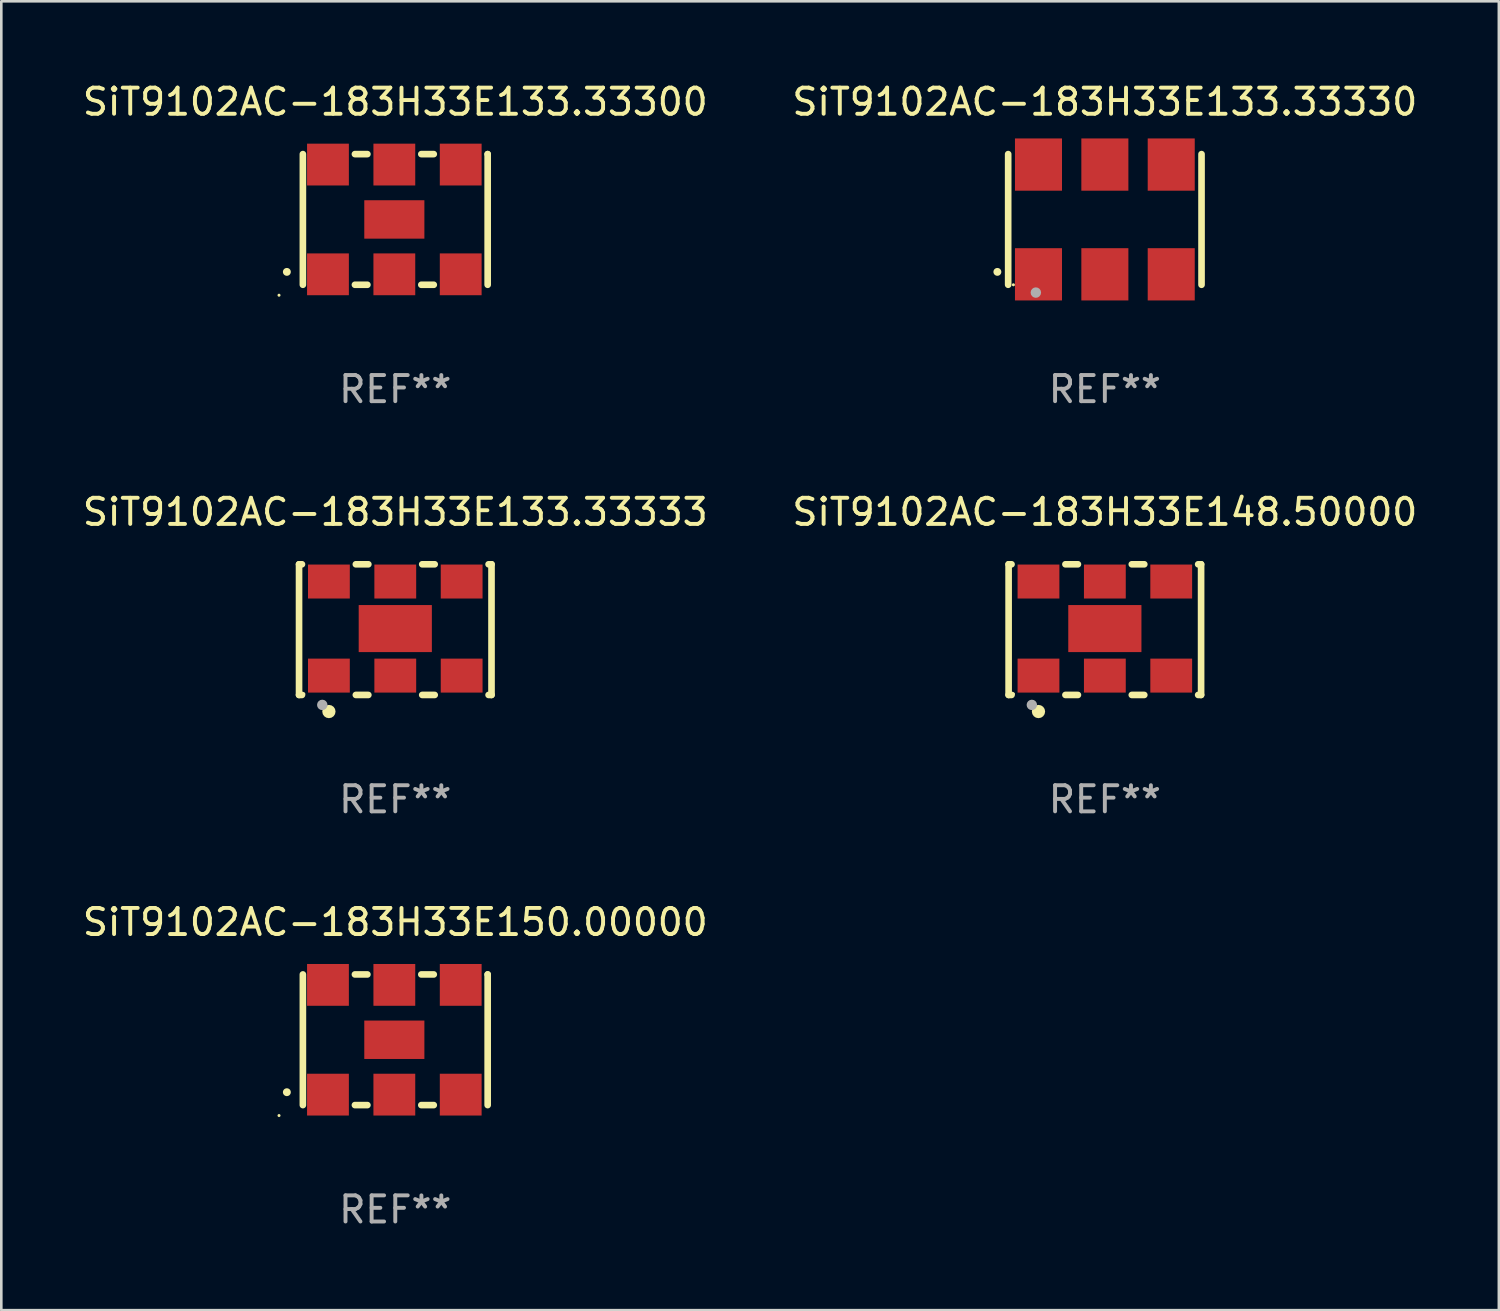
<source format=kicad_pcb>
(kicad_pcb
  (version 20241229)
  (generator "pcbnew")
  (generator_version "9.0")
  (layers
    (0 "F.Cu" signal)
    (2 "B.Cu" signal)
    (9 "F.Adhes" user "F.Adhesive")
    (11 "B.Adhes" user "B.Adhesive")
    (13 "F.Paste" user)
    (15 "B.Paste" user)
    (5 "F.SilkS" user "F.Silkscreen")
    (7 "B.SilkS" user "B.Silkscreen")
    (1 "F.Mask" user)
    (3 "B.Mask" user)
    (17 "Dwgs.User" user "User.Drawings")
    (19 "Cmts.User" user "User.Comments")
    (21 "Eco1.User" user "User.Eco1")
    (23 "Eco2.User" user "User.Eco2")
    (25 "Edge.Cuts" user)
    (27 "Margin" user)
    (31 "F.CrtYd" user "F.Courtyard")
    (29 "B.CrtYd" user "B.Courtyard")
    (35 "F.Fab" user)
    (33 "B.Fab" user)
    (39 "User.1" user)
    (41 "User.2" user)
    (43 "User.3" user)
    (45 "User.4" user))
  (footprint "SiT9102AC-183H33E148.50000"
    (layer "F.Cu")
    (at 39.232 21.045)
    (property "Reference" "SiT9102AC-183H33E148.50000" (at 0 -4.5 0) (layer "F.SilkS") (effects (font (size 1 1) (thickness 0.15))))
    (attr through_hole)
    (fp_line (start -3.683 -2.5) (end -3.571 -2.5) (stroke (width 0.254) (type solid)) (layer "F.SilkS"))
    (fp_line (start -3.683 2.5) (end -3.683 -2.5) (stroke (width 0.254) (type solid)) (layer "F.SilkS"))
    (fp_line (start -3.683 2.5) (end -3.571 2.5) (stroke (width 0.254) (type solid)) (layer "F.SilkS"))
    (fp_line (start -1.509 -2.5) (end -1.031 -2.5) (stroke (width 0.254) (type solid)) (layer "F.SilkS"))
    (fp_line (start -1.509 2.5) (end -1.031 2.5) (stroke (width 0.254) (type solid)) (layer "F.SilkS"))
    (fp_line (start 1.031 -2.5) (end 1.509 -2.5) (stroke (width 0.254) (type solid)) (layer "F.SilkS"))
    (fp_line (start 1.031 2.5) (end 1.509 2.5) (stroke (width 0.254) (type solid)) (layer "F.SilkS"))
    (fp_line (start 3.571 -2.5) (end 3.683 -2.5) (stroke (width 0.254) (type solid)) (layer "F.SilkS"))
    (fp_line (start 3.571 2.5) (end 3.683 2.5) (stroke (width 0.254) (type solid)) (layer "F.SilkS"))
    (fp_line (start 3.683 2.5) (end 3.683 -2.5) (stroke (width 0.254) (type solid)) (layer "F.SilkS"))
    (fp_circle (center -3.5 2.46) (end -3.47 2.46) (stroke (width 0.06) (type solid)) (fill no) (layer "F.SilkS"))
    (fp_circle (center -2.54 3.135) (end -2.413 3.135) (stroke (width 0.254) (type solid)) (fill no) (layer "F.SilkS"))
    (fp_circle (center -2.794 2.881) (end -2.694 2.881) (stroke (width 0.2) (type solid)) (fill no) (layer "F.Fab"))
    (fp_text user "REF**" (at 0 6.5 0) (layer "F.Fab") (effects (font (size 1 1) (thickness 0.15))))
    (pad "1" smd rect (at -2.54 1.76) (size 1.6 1.3) (layers "F.Cu" "F.Mask" "F.Paste"))
    (pad "2" smd rect (at 0 1.76) (size 1.6 1.3) (layers "F.Cu" "F.Mask" "F.Paste"))
    (pad "3" smd rect (at 2.54 1.76) (size 1.6 1.3) (layers "F.Cu" "F.Mask" "F.Paste"))
    (pad "4" smd rect (at 2.54 -1.84) (size 1.6 1.3) (layers "F.Cu" "F.Mask" "F.Paste"))
    (pad "5" smd rect (at 0 -1.84) (size 1.6 1.3) (layers "F.Cu" "F.Mask" "F.Paste"))
    (pad "6" smd rect (at -2.54 -1.84) (size 1.6 1.3) (layers "F.Cu" "F.Mask" "F.Paste"))
    (pad "7" smd rect (at 0 -0.04) (size 2.8 1.8) (layers "F.Cu" "F.Mask" "F.Paste")))
  (footprint "SiT9102AC-183H33E133.33300"
    (layer "F.Cu")
    (at 12.077 5.348)
    (property "Reference" "SiT9102AC-183H33E133.33300" (at 0 -4.5 0) (layer "F.SilkS") (effects (font (size 1 1) (thickness 0.15))))
    (attr through_hole)
    (fp_line (start -3.536 -2.5) (end -3.536 2.5) (stroke (width 0.254) (type solid)) (layer "F.SilkS"))
    (fp_line (start -1.544 2.5) (end -1.067 2.5) (stroke (width 0.254) (type solid)) (layer "F.SilkS"))
    (fp_line (start -1.067 -2.5) (end -1.544 -2.5) (stroke (width 0.254) (type solid)) (layer "F.SilkS"))
    (fp_line (start 0.996 2.5) (end 1.473 2.5) (stroke (width 0.254) (type solid)) (layer "F.SilkS"))
    (fp_line (start 1.473 -2.5) (end 0.996 -2.5) (stroke (width 0.254) (type solid)) (layer "F.SilkS"))
    (fp_line (start 3.536 -2.5) (end 3.536 -2.5) (stroke (width 0.254) (type solid)) (layer "F.SilkS"))
    (fp_line (start 3.536 2.5) (end 3.536 -2.5) (stroke (width 0.254) (type solid)) (layer "F.SilkS"))
    (fp_arc (start -4.150432 2.006604) (mid -4.149162 2.006599) (end -4.147892 2.006604) (stroke (width 0.3) (type solid)) (layer "F.SilkS"))
    (fp_circle (center -4.449 2.9) (end -4.419 2.9) (stroke (width 0.06) (type solid)) (fill no) (layer "F.SilkS"))
    (fp_text user "REF**" (at 0 6.5 0) (layer "F.Fab") (effects (font (size 1 1) (thickness 0.15))))
    (pad "1" smd rect (at -2.576 2.1) (size 1.6 1.6) (layers "F.Cu" "F.Mask" "F.Paste"))
    (pad "2" smd rect (at -0.036 2.1) (size 1.6 1.6) (layers "F.Cu" "F.Mask" "F.Paste"))
    (pad "3" smd rect (at 2.504 2.1) (size 1.6 1.6) (layers "F.Cu" "F.Mask" "F.Paste"))
    (pad "4" smd rect (at 2.504 -2.1) (size 1.6 1.6) (layers "F.Cu" "F.Mask" "F.Paste"))
    (pad "5" smd rect (at -0.036 -2.1) (size 1.6 1.6) (layers "F.Cu" "F.Mask" "F.Paste"))
    (pad "6" smd rect (at -2.576 -2.1) (size 1.6 1.6) (layers "F.Cu" "F.Mask" "F.Paste"))
    (pad "7" smd rect (at -0.036 0) (size 2.3 1.47) (layers "F.Cu" "F.Mask" "F.Paste")))
  (footprint "SiT9102AC-183H33E150.00000"
    (layer "F.Cu")
    (at 12.077 36.741)
    (property "Reference" "SiT9102AC-183H33E150.00000" (at 0 -4.5 0) (layer "F.SilkS") (effects (font (size 1 1) (thickness 0.15))))
    (attr through_hole)
    (fp_line (start -3.536 -2.5) (end -3.536 2.5) (stroke (width 0.254) (type solid)) (layer "F.SilkS"))
    (fp_line (start -1.544 2.5) (end -1.067 2.5) (stroke (width 0.254) (type solid)) (layer "F.SilkS"))
    (fp_line (start -1.067 -2.5) (end -1.544 -2.5) (stroke (width 0.254) (type solid)) (layer "F.SilkS"))
    (fp_line (start 0.996 2.5) (end 1.473 2.5) (stroke (width 0.254) (type solid)) (layer "F.SilkS"))
    (fp_line (start 1.473 -2.5) (end 0.996 -2.5) (stroke (width 0.254) (type solid)) (layer "F.SilkS"))
    (fp_line (start 3.536 -2.5) (end 3.536 -2.5) (stroke (width 0.254) (type solid)) (layer "F.SilkS"))
    (fp_line (start 3.536 2.5) (end 3.536 -2.5) (stroke (width 0.254) (type solid)) (layer "F.SilkS"))
    (fp_arc (start -4.150432 2.006604) (mid -4.149162 2.006599) (end -4.147892 2.006604) (stroke (width 0.3) (type solid)) (layer "F.SilkS"))
    (fp_circle (center -4.449 2.9) (end -4.419 2.9) (stroke (width 0.06) (type solid)) (fill no) (layer "F.SilkS"))
    (fp_text user "REF**" (at 0 6.5 0) (layer "F.Fab") (effects (font (size 1 1) (thickness 0.15))))
    (pad "1" smd rect (at -2.576 2.1) (size 1.6 1.6) (layers "F.Cu" "F.Mask" "F.Paste"))
    (pad "2" smd rect (at -0.036 2.1) (size 1.6 1.6) (layers "F.Cu" "F.Mask" "F.Paste"))
    (pad "3" smd rect (at 2.504 2.1) (size 1.6 1.6) (layers "F.Cu" "F.Mask" "F.Paste"))
    (pad "4" smd rect (at 2.504 -2.1) (size 1.6 1.6) (layers "F.Cu" "F.Mask" "F.Paste"))
    (pad "5" smd rect (at -0.036 -2.1) (size 1.6 1.6) (layers "F.Cu" "F.Mask" "F.Paste"))
    (pad "6" smd rect (at -2.576 -2.1) (size 1.6 1.6) (layers "F.Cu" "F.Mask" "F.Paste"))
    (pad "7" smd rect (at -0.036 0) (size 2.3 1.47) (layers "F.Cu" "F.Mask" "F.Paste")))
  (footprint "SiT9102AC-183H33E133.33330"
    (layer "F.Cu")
    (at 39.232 5.348)
    (property "Reference" "SiT9102AC-183H33E133.33330" (at 0 -4.5 0) (layer "F.SilkS") (effects (font (size 1 1) (thickness 0.15))))
    (attr through_hole)
    (fp_line (start -3.7 -2.5) (end -3.7 2.5) (stroke (width 0.254) (type solid)) (layer "F.SilkS"))
    (fp_line (start 3.7 -2.5) (end 3.7 2.5) (stroke (width 0.254) (type solid)) (layer "F.SilkS"))
    (fp_arc (start -4.114415 2.006604) (mid -4.113145 2.006599) (end -4.111875 2.006604) (stroke (width 0.3) (type solid)) (layer "F.SilkS"))
    (fp_circle (center -3.5 2.501) (end -3.47 2.501) (stroke (width 0.06) (type solid)) (fill no) (layer "F.SilkS"))
    (fp_circle (center -2.641 2.799) (end -2.541 2.799) (stroke (width 0.2) (type solid)) (fill no) (layer "F.Fab"))
    (fp_text user "REF**" (at 0 6.5 0) (layer "F.Fab") (effects (font (size 1 1) (thickness 0.15))))
    (pad "1" smd rect (at -2.54 2.1) (size 1.8 2) (layers "F.Cu" "F.Mask" "F.Paste"))
    (pad "2" smd rect (at 0.000394 2.1) (size 1.8 2) (layers "F.Cu" "F.Mask" "F.Paste"))
    (pad "3" smd rect (at 2.54 2.1) (size 1.8 2) (layers "F.Cu" "F.Mask" "F.Paste"))
    (pad "4" smd rect (at 2.54 -2.1) (size 1.8 2) (layers "F.Cu" "F.Mask" "F.Paste"))
    (pad "5" smd rect (at 0.000394 -2.1) (size 1.8 2) (layers "F.Cu" "F.Mask" "F.Paste"))
    (pad "6" smd rect (at -2.54 -2.1) (size 1.8 2) (layers "F.Cu" "F.Mask" "F.Paste")))
  (footprint "SiT9102AC-183H33E133.33333"
    (layer "F.Cu")
    (at 12.077 21.045)
    (property "Reference" "SiT9102AC-183H33E133.33333" (at 0 -4.5 0) (layer "F.SilkS") (effects (font (size 1 1) (thickness 0.15))))
    (attr through_hole)
    (fp_line (start -3.683 -2.5) (end -3.571 -2.5) (stroke (width 0.254) (type solid)) (layer "F.SilkS"))
    (fp_line (start -3.683 2.5) (end -3.683 -2.5) (stroke (width 0.254) (type solid)) (layer "F.SilkS"))
    (fp_line (start -3.683 2.5) (end -3.571 2.5) (stroke (width 0.254) (type solid)) (layer "F.SilkS"))
    (fp_line (start -1.509 -2.5) (end -1.031 -2.5) (stroke (width 0.254) (type solid)) (layer "F.SilkS"))
    (fp_line (start -1.509 2.5) (end -1.031 2.5) (stroke (width 0.254) (type solid)) (layer "F.SilkS"))
    (fp_line (start 1.031 -2.5) (end 1.509 -2.5) (stroke (width 0.254) (type solid)) (layer "F.SilkS"))
    (fp_line (start 1.031 2.5) (end 1.509 2.5) (stroke (width 0.254) (type solid)) (layer "F.SilkS"))
    (fp_line (start 3.571 -2.5) (end 3.683 -2.5) (stroke (width 0.254) (type solid)) (layer "F.SilkS"))
    (fp_line (start 3.571 2.5) (end 3.683 2.5) (stroke (width 0.254) (type solid)) (layer "F.SilkS"))
    (fp_line (start 3.683 2.5) (end 3.683 -2.5) (stroke (width 0.254) (type solid)) (layer "F.SilkS"))
    (fp_circle (center -3.5 2.46) (end -3.47 2.46) (stroke (width 0.06) (type solid)) (fill no) (layer "F.SilkS"))
    (fp_circle (center -2.54 3.135) (end -2.413 3.135) (stroke (width 0.254) (type solid)) (fill no) (layer "F.SilkS"))
    (fp_circle (center -2.794 2.881) (end -2.694 2.881) (stroke (width 0.2) (type solid)) (fill no) (layer "F.Fab"))
    (fp_text user "REF**" (at 0 6.5 0) (layer "F.Fab") (effects (font (size 1 1) (thickness 0.15))))
    (pad "1" smd rect (at -2.54 1.76) (size 1.6 1.3) (layers "F.Cu" "F.Mask" "F.Paste"))
    (pad "2" smd rect (at 0 1.76) (size 1.6 1.3) (layers "F.Cu" "F.Mask" "F.Paste"))
    (pad "3" smd rect (at 2.54 1.76) (size 1.6 1.3) (layers "F.Cu" "F.Mask" "F.Paste"))
    (pad "4" smd rect (at 2.54 -1.84) (size 1.6 1.3) (layers "F.Cu" "F.Mask" "F.Paste"))
    (pad "5" smd rect (at 0 -1.84) (size 1.6 1.3) (layers "F.Cu" "F.Mask" "F.Paste"))
    (pad "6" smd rect (at -2.54 -1.84) (size 1.6 1.3) (layers "F.Cu" "F.Mask" "F.Paste"))
    (pad "7" smd rect (at 0 -0.04) (size 2.8 1.8) (layers "F.Cu" "F.Mask" "F.Paste")))
  (gr_rect
    (start -3 -3)
    (end 54.31 47.09)
    (stroke (width 0.1) (type default))
    (fill no)
    (layer "Edge.Cuts")))
</source>
